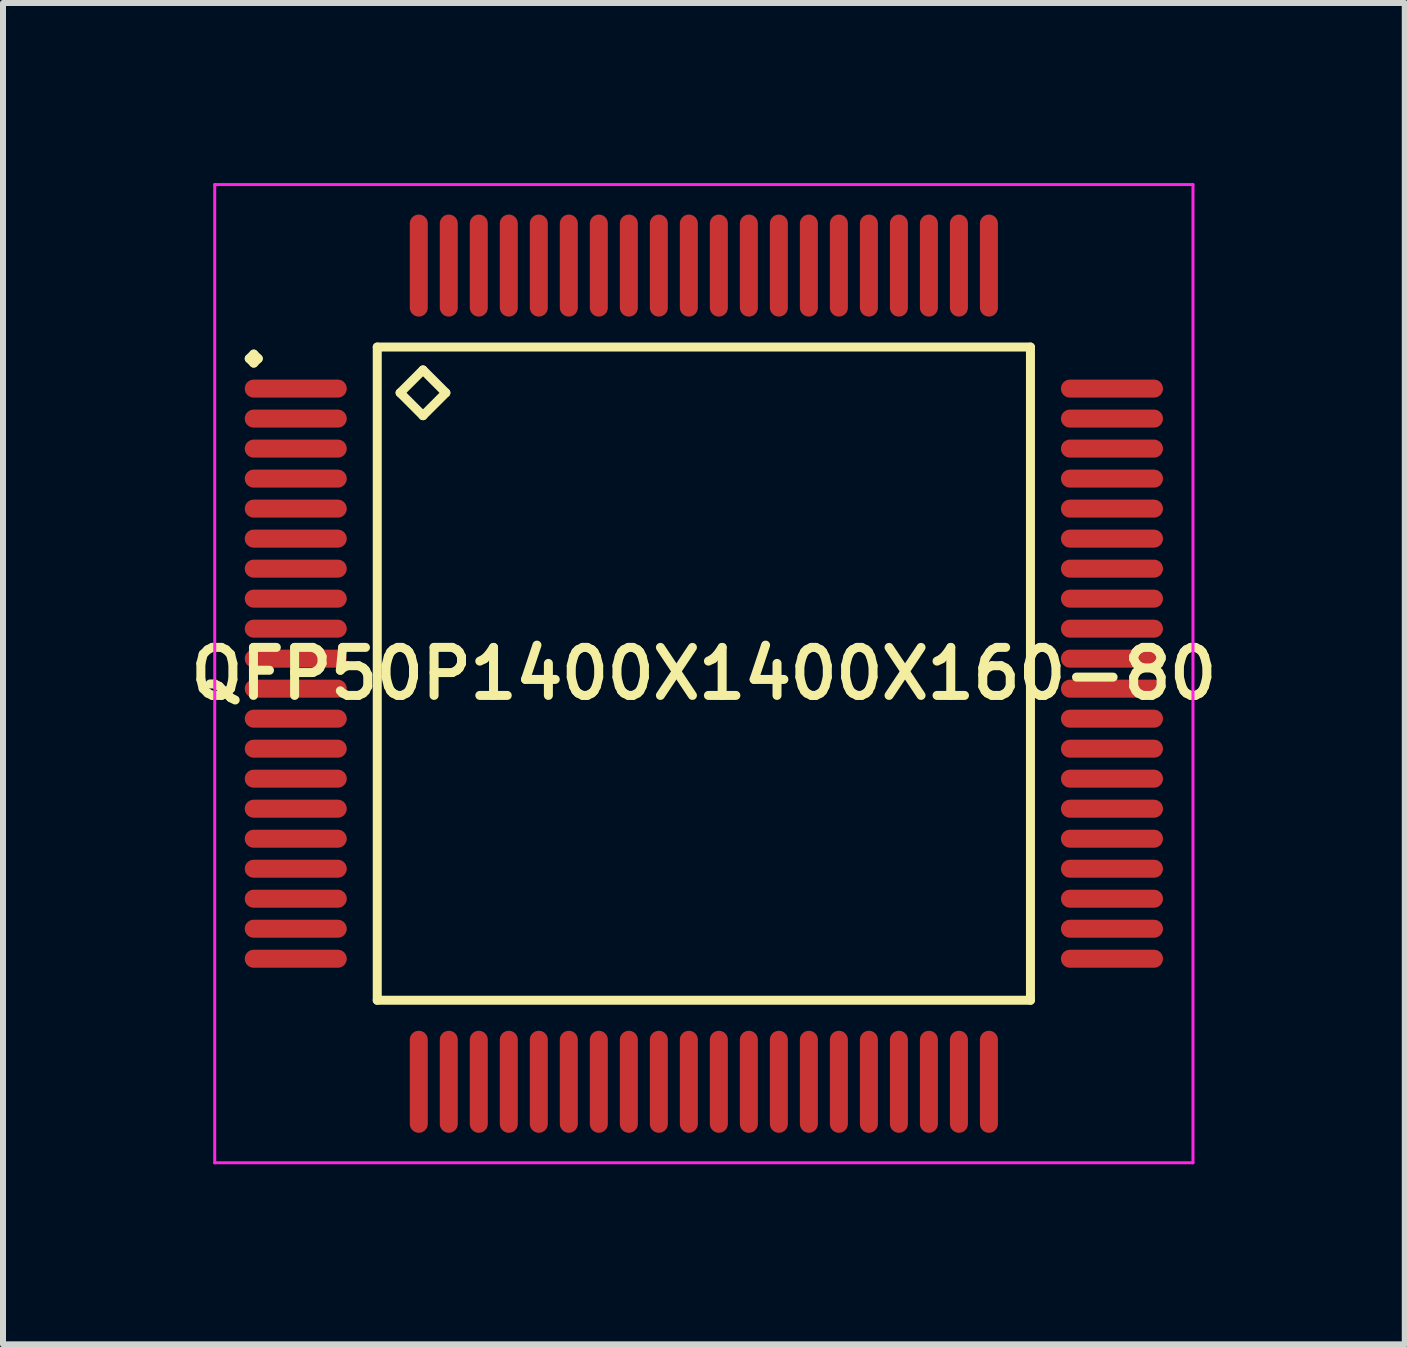
<source format=kicad_pcb>
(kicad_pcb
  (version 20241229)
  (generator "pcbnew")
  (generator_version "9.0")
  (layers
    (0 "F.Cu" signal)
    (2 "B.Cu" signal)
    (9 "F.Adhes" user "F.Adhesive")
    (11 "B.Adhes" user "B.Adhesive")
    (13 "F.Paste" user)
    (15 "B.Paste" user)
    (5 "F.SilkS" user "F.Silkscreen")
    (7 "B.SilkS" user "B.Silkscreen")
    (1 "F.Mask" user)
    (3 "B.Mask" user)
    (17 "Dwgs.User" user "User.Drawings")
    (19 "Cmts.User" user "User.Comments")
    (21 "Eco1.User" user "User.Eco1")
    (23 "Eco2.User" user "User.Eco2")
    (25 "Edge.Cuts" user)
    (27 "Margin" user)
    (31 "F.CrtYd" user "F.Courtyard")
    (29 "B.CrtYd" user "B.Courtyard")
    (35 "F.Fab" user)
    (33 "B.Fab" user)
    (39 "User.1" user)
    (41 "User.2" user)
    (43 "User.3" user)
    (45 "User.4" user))
  (footprint "QFP50P1400X1400X160-80"
    (layer "F.Cu")
    (at 8.678 8.175)
    (property "Reference" "QFP50P1400X1400X160-80" (at 0 0 0) (layer "F.SilkS") (effects (font (size 0.8 0.8) (thickness 0.15))))
    (attr smd)
    (fp_line (start -7.575 -5.25) (end -7.5 -5.325) (stroke (width 0.15) (type solid)) (layer "F.SilkS"))
    (fp_line (start -7.5 -5.325) (end -7.425 -5.25) (stroke (width 0.15) (type solid)) (layer "F.SilkS"))
    (fp_line (start -7.5 -5.175) (end -7.575 -5.25) (stroke (width 0.15) (type solid)) (layer "F.SilkS"))
    (fp_line (start -7.425 -5.25) (end -7.5 -5.175) (stroke (width 0.15) (type solid)) (layer "F.SilkS"))
    (fp_line (start -5.442 -5.442) (end -5.442 5.442) (stroke (width 0.15) (type solid)) (layer "F.SilkS"))
    (fp_line (start -5.442 5.442) (end 5.442 5.442) (stroke (width 0.15) (type solid)) (layer "F.SilkS"))
    (fp_line (start -5.061 -4.68) (end -4.68 -5.061) (stroke (width 0.15) (type solid)) (layer "F.SilkS"))
    (fp_line (start -4.68 -5.061) (end -4.299 -4.68) (stroke (width 0.15) (type solid)) (layer "F.SilkS"))
    (fp_line (start -4.68 -4.299) (end -5.061 -4.68) (stroke (width 0.15) (type solid)) (layer "F.SilkS"))
    (fp_line (start -4.299 -4.68) (end -4.68 -4.299) (stroke (width 0.15) (type solid)) (layer "F.SilkS"))
    (fp_line (start 5.442 -5.442) (end -5.442 -5.442) (stroke (width 0.15) (type solid)) (layer "F.SilkS"))
    (fp_line (start 5.442 5.442) (end 5.442 -5.442) (stroke (width 0.15) (type solid)) (layer "F.SilkS"))
    (fp_line (start -8.15 -8.15) (end 8.15 -8.15) (stroke (width 0.05) (type solid)) (layer "F.CrtYd"))
    (fp_line (start -8.15 8.15) (end -8.15 -8.15) (stroke (width 0.05) (type solid)) (layer "F.CrtYd"))
    (fp_line (start 8.15 -8.15) (end 8.15 8.15) (stroke (width 0.05) (type solid)) (layer "F.CrtYd"))
    (fp_line (start 8.15 8.15) (end -8.15 8.15) (stroke (width 0.05) (type solid)) (layer "F.CrtYd"))
    (pad "1" smd oval (at -6.8 -4.75) (size 1.7 0.3) (layers "F.Cu" "F.Mask" "F.Paste"))
    (pad "2" smd oval (at -6.8 -4.25) (size 1.7 0.3) (layers "F.Cu" "F.Mask" "F.Paste"))
    (pad "3" smd oval (at -6.8 -3.75) (size 1.7 0.3) (layers "F.Cu" "F.Mask" "F.Paste"))
    (pad "4" smd oval (at -6.8 -3.25) (size 1.7 0.3) (layers "F.Cu" "F.Mask" "F.Paste"))
    (pad "5" smd oval (at -6.8 -2.75) (size 1.7 0.3) (layers "F.Cu" "F.Mask" "F.Paste"))
    (pad "6" smd oval (at -6.8 -2.25) (size 1.7 0.3) (layers "F.Cu" "F.Mask" "F.Paste"))
    (pad "7" smd oval (at -6.8 -1.75) (size 1.7 0.3) (layers "F.Cu" "F.Mask" "F.Paste"))
    (pad "8" smd oval (at -6.8 -1.25) (size 1.7 0.3) (layers "F.Cu" "F.Mask" "F.Paste"))
    (pad "9" smd oval (at -6.8 -0.75) (size 1.7 0.3) (layers "F.Cu" "F.Mask" "F.Paste"))
    (pad "10" smd oval (at -6.8 -0.25) (size 1.7 0.3) (layers "F.Cu" "F.Mask" "F.Paste"))
    (pad "11" smd oval (at -6.8 0.25) (size 1.7 0.3) (layers "F.Cu" "F.Mask" "F.Paste"))
    (pad "12" smd oval (at -6.8 0.75) (size 1.7 0.3) (layers "F.Cu" "F.Mask" "F.Paste"))
    (pad "13" smd oval (at -6.8 1.25) (size 1.7 0.3) (layers "F.Cu" "F.Mask" "F.Paste"))
    (pad "14" smd oval (at -6.8 1.75) (size 1.7 0.3) (layers "F.Cu" "F.Mask" "F.Paste"))
    (pad "15" smd oval (at -6.8 2.25) (size 1.7 0.3) (layers "F.Cu" "F.Mask" "F.Paste"))
    (pad "16" smd oval (at -6.8 2.75) (size 1.7 0.3) (layers "F.Cu" "F.Mask" "F.Paste"))
    (pad "17" smd oval (at -6.8 3.25) (size 1.7 0.3) (layers "F.Cu" "F.Mask" "F.Paste"))
    (pad "18" smd oval (at -6.8 3.75) (size 1.7 0.3) (layers "F.Cu" "F.Mask" "F.Paste"))
    (pad "19" smd oval (at -6.8 4.25) (size 1.7 0.3) (layers "F.Cu" "F.Mask" "F.Paste"))
    (pad "20" smd oval (at -6.8 4.75) (size 1.7 0.3) (layers "F.Cu" "F.Mask" "F.Paste"))
    (pad "21" smd oval (at -4.75 6.8) (size 0.3 1.7) (layers "F.Cu" "F.Mask" "F.Paste"))
    (pad "22" smd oval (at -4.25 6.8) (size 0.3 1.7) (layers "F.Cu" "F.Mask" "F.Paste"))
    (pad "23" smd oval (at -3.75 6.8) (size 0.3 1.7) (layers "F.Cu" "F.Mask" "F.Paste"))
    (pad "24" smd oval (at -3.25 6.8) (size 0.3 1.7) (layers "F.Cu" "F.Mask" "F.Paste"))
    (pad "25" smd oval (at -2.75 6.8) (size 0.3 1.7) (layers "F.Cu" "F.Mask" "F.Paste"))
    (pad "26" smd oval (at -2.25 6.8) (size 0.3 1.7) (layers "F.Cu" "F.Mask" "F.Paste"))
    (pad "27" smd oval (at -1.75 6.8) (size 0.3 1.7) (layers "F.Cu" "F.Mask" "F.Paste"))
    (pad "28" smd oval (at -1.25 6.8) (size 0.3 1.7) (layers "F.Cu" "F.Mask" "F.Paste"))
    (pad "29" smd oval (at -0.75 6.8) (size 0.3 1.7) (layers "F.Cu" "F.Mask" "F.Paste"))
    (pad "30" smd oval (at -0.25 6.8) (size 0.3 1.7) (layers "F.Cu" "F.Mask" "F.Paste"))
    (pad "31" smd oval (at 0.25 6.8) (size 0.3 1.7) (layers "F.Cu" "F.Mask" "F.Paste"))
    (pad "32" smd oval (at 0.75 6.8) (size 0.3 1.7) (layers "F.Cu" "F.Mask" "F.Paste"))
    (pad "33" smd oval (at 1.25 6.8) (size 0.3 1.7) (layers "F.Cu" "F.Mask" "F.Paste"))
    (pad "34" smd oval (at 1.75 6.8) (size 0.3 1.7) (layers "F.Cu" "F.Mask" "F.Paste"))
    (pad "35" smd oval (at 2.25 6.8) (size 0.3 1.7) (layers "F.Cu" "F.Mask" "F.Paste"))
    (pad "36" smd oval (at 2.75 6.8) (size 0.3 1.7) (layers "F.Cu" "F.Mask" "F.Paste"))
    (pad "37" smd oval (at 3.25 6.8) (size 0.3 1.7) (layers "F.Cu" "F.Mask" "F.Paste"))
    (pad "38" smd oval (at 3.75 6.8) (size 0.3 1.7) (layers "F.Cu" "F.Mask" "F.Paste"))
    (pad "39" smd oval (at 4.25 6.8) (size 0.3 1.7) (layers "F.Cu" "F.Mask" "F.Paste"))
    (pad "40" smd oval (at 4.75 6.8) (size 0.3 1.7) (layers "F.Cu" "F.Mask" "F.Paste"))
    (pad "41" smd oval (at 6.8 4.75) (size 1.7 0.3) (layers "F.Cu" "F.Mask" "F.Paste"))
    (pad "42" smd oval (at 6.8 4.25) (size 1.7 0.3) (layers "F.Cu" "F.Mask" "F.Paste"))
    (pad "43" smd oval (at 6.8 3.75) (size 1.7 0.3) (layers "F.Cu" "F.Mask" "F.Paste"))
    (pad "44" smd oval (at 6.8 3.25) (size 1.7 0.3) (layers "F.Cu" "F.Mask" "F.Paste"))
    (pad "45" smd oval (at 6.8 2.75) (size 1.7 0.3) (layers "F.Cu" "F.Mask" "F.Paste"))
    (pad "46" smd oval (at 6.8 2.25) (size 1.7 0.3) (layers "F.Cu" "F.Mask" "F.Paste"))
    (pad "47" smd oval (at 6.8 1.75) (size 1.7 0.3) (layers "F.Cu" "F.Mask" "F.Paste"))
    (pad "48" smd oval (at 6.8 1.25) (size 1.7 0.3) (layers "F.Cu" "F.Mask" "F.Paste"))
    (pad "49" smd oval (at 6.8 0.75) (size 1.7 0.3) (layers "F.Cu" "F.Mask" "F.Paste"))
    (pad "50" smd oval (at 6.8 0.25) (size 1.7 0.3) (layers "F.Cu" "F.Mask" "F.Paste"))
    (pad "51" smd oval (at 6.8 -0.25) (size 1.7 0.3) (layers "F.Cu" "F.Mask" "F.Paste"))
    (pad "52" smd oval (at 6.8 -0.75) (size 1.7 0.3) (layers "F.Cu" "F.Mask" "F.Paste"))
    (pad "53" smd oval (at 6.8 -1.25) (size 1.7 0.3) (layers "F.Cu" "F.Mask" "F.Paste"))
    (pad "54" smd oval (at 6.8 -1.75) (size 1.7 0.3) (layers "F.Cu" "F.Mask" "F.Paste"))
    (pad "55" smd oval (at 6.8 -2.25) (size 1.7 0.3) (layers "F.Cu" "F.Mask" "F.Paste"))
    (pad "56" smd oval (at 6.8 -2.75) (size 1.7 0.3) (layers "F.Cu" "F.Mask" "F.Paste"))
    (pad "57" smd oval (at 6.8 -3.25) (size 1.7 0.3) (layers "F.Cu" "F.Mask" "F.Paste"))
    (pad "58" smd oval (at 6.8 -3.75) (size 1.7 0.3) (layers "F.Cu" "F.Mask" "F.Paste"))
    (pad "59" smd oval (at 6.8 -4.25) (size 1.7 0.3) (layers "F.Cu" "F.Mask" "F.Paste"))
    (pad "60" smd oval (at 6.8 -4.75) (size 1.7 0.3) (layers "F.Cu" "F.Mask" "F.Paste"))
    (pad "61" smd oval (at 4.75 -6.8) (size 0.3 1.7) (layers "F.Cu" "F.Mask" "F.Paste"))
    (pad "62" smd oval (at 4.25 -6.8) (size 0.3 1.7) (layers "F.Cu" "F.Mask" "F.Paste"))
    (pad "63" smd oval (at 3.75 -6.8) (size 0.3 1.7) (layers "F.Cu" "F.Mask" "F.Paste"))
    (pad "64" smd oval (at 3.25 -6.8) (size 0.3 1.7) (layers "F.Cu" "F.Mask" "F.Paste"))
    (pad "65" smd oval (at 2.75 -6.8) (size 0.3 1.7) (layers "F.Cu" "F.Mask" "F.Paste"))
    (pad "66" smd oval (at 2.25 -6.8) (size 0.3 1.7) (layers "F.Cu" "F.Mask" "F.Paste"))
    (pad "67" smd oval (at 1.75 -6.8) (size 0.3 1.7) (layers "F.Cu" "F.Mask" "F.Paste"))
    (pad "68" smd oval (at 1.25 -6.8) (size 0.3 1.7) (layers "F.Cu" "F.Mask" "F.Paste"))
    (pad "69" smd oval (at 0.75 -6.8) (size 0.3 1.7) (layers "F.Cu" "F.Mask" "F.Paste"))
    (pad "70" smd oval (at 0.25 -6.8) (size 0.3 1.7) (layers "F.Cu" "F.Mask" "F.Paste"))
    (pad "71" smd oval (at -0.25 -6.8) (size 0.3 1.7) (layers "F.Cu" "F.Mask" "F.Paste"))
    (pad "72" smd oval (at -0.75 -6.8) (size 0.3 1.7) (layers "F.Cu" "F.Mask" "F.Paste"))
    (pad "73" smd oval (at -1.25 -6.8) (size 0.3 1.7) (layers "F.Cu" "F.Mask" "F.Paste"))
    (pad "74" smd oval (at -1.75 -6.8) (size 0.3 1.7) (layers "F.Cu" "F.Mask" "F.Paste"))
    (pad "75" smd oval (at -2.25 -6.8) (size 0.3 1.7) (layers "F.Cu" "F.Mask" "F.Paste"))
    (pad "76" smd oval (at -2.75 -6.8) (size 0.3 1.7) (layers "F.Cu" "F.Mask" "F.Paste"))
    (pad "77" smd oval (at -3.25 -6.8) (size 0.3 1.7) (layers "F.Cu" "F.Mask" "F.Paste"))
    (pad "78" smd oval (at -3.75 -6.8) (size 0.3 1.7) (layers "F.Cu" "F.Mask" "F.Paste"))
    (pad "79" smd oval (at -4.25 -6.8) (size 0.3 1.7) (layers "F.Cu" "F.Mask" "F.Paste"))
    (pad "80" smd oval (at -4.75 -6.8) (size 0.3 1.7) (layers "F.Cu" "F.Mask" "F.Paste")))
  (gr_rect
    (start -3 -3)
    (end 20.357 19.35)
    (stroke (width 0.1) (type default))
    (fill no)
    (layer "Edge.Cuts")))
</source>
